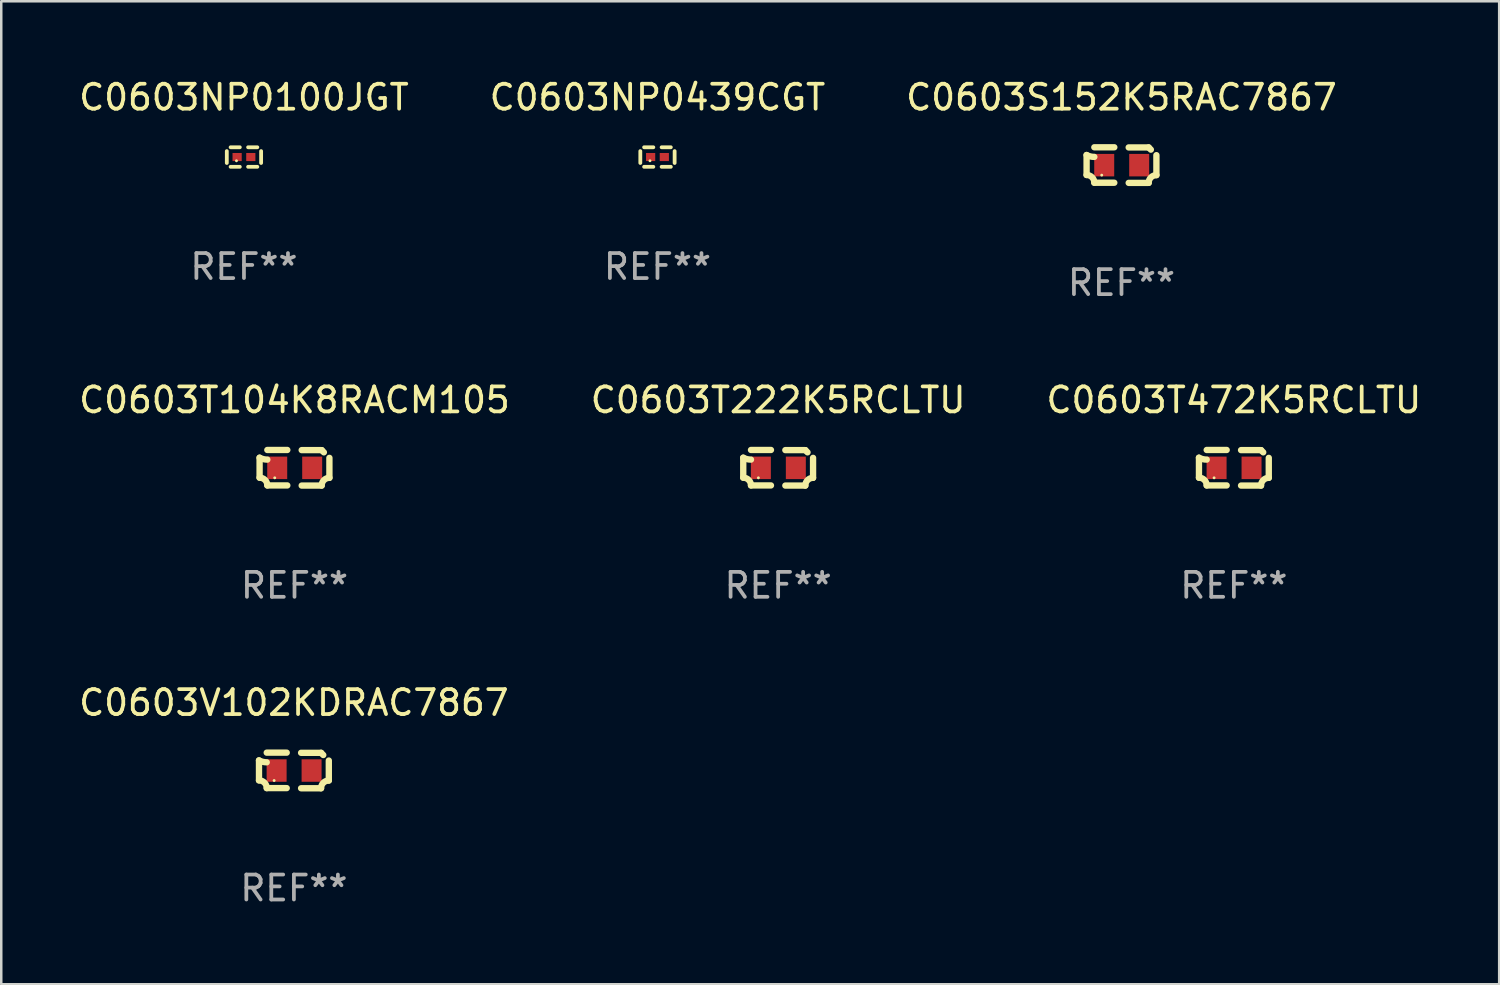
<source format=kicad_pcb>
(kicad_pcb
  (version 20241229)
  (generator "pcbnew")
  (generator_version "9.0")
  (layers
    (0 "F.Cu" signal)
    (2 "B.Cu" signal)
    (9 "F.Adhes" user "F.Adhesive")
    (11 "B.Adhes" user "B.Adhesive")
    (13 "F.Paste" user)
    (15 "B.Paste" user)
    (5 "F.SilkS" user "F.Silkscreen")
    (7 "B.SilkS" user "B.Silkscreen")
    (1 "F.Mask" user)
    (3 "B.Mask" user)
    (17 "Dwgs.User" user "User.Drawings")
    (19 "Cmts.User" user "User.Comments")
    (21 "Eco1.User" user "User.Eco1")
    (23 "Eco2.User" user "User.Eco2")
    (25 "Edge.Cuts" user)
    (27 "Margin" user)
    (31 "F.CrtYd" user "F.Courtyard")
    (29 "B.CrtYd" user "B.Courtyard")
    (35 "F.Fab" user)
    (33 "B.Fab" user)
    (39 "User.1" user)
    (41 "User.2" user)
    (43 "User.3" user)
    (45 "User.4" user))
  (footprint "C0603T222K5RCLTU"
    (layer "F.Cu")
    (at 28.113 15.683)
    (property "Reference" "C0603T222K5RCLTU" (at 0 -2.713 0) (layer "F.SilkS") (effects (font (size 1 1) (thickness 0.15))))
    (attr through_hole)
    (fp_line (start -1.398 -0.403) (end -1.398 0.397) (stroke (width 0.254) (type solid)) (layer "F.SilkS"))
    (fp_line (start -0.288 -0.713) (end -1.088 -0.713) (stroke (width 0.254) (type solid)) (layer "F.SilkS"))
    (fp_line (start -0.288 0.707) (end -1.088 0.707) (stroke (width 0.254) (type solid)) (layer "F.SilkS"))
    (fp_line (start 0.288 -0.707) (end 1.088 -0.707) (stroke (width 0.254) (type solid)) (layer "F.SilkS"))
    (fp_line (start 0.288 0.713) (end 1.088 0.713) (stroke (width 0.254) (type solid)) (layer "F.SilkS"))
    (fp_line (start 1.398 -0.397) (end 1.398 0.403) (stroke (width 0.254) (type solid)) (layer "F.SilkS"))
    (fp_arc (start -1.397789 0.397066) (mid -1.178701 0.487826) (end -1.08796 0.706922) (stroke (width 0.254001) (type solid)) (layer "F.SilkS"))
    (fp_arc (start -1.08796 -0.327176) (mid -1.247436 -0.346384) (end -1.39779 -0.402908) (stroke (width 0.254001) (type solid)) (layer "F.SilkS"))
    (fp_arc (start 1.087909 0.712738) (mid 1.178656 0.493655) (end 1.397739 0.402908) (stroke (width 0.254001) (type solid)) (layer "F.SilkS"))
    (fp_arc (start 1.175925 -0.618926) (mid 1.131917 -0.662923) (end 1.08791 -0.706922) (stroke (width 0.254001) (type solid)) (layer "F.SilkS"))
    (fp_circle (center -0.792 0.403) (end -0.762 0.403) (stroke (width 0.06) (type solid)) (fill no) (layer "F.SilkS"))
    (fp_text user "REF**" (at 0 4.713 0) (layer "F.Fab") (effects (font (size 1 1) (thickness 0.15))))
    (pad "1" smd rect (at -0.692 0.003) (size 0.8 0.9) (layers "F.Cu" "F.Mask" "F.Paste"))
    (pad "2" smd rect (at 0.708 0.003) (size 0.8 0.9) (layers "F.Cu" "F.Mask" "F.Paste")))
  (footprint "C0603NP0100JGT"
    (layer "F.Cu")
    (at 6.72 3.239)
    (property "Reference" "C0603NP0100JGT" (at 0 -2.391 0) (layer "F.SilkS") (effects (font (size 1 1) (thickness 0.15))))
    (attr through_hole)
    (fp_line (start -0.687 0.238) (end -0.687 -0.238) (stroke (width 0.152) (type solid)) (layer "F.SilkS"))
    (fp_line (start -0.535 -0.391) (end -0.166 -0.391) (stroke (width 0.152) (type solid)) (layer "F.SilkS"))
    (fp_line (start -0.166 0.391) (end -0.535 0.391) (stroke (width 0.152) (type solid)) (layer "F.SilkS"))
    (fp_line (start 0.166 0.391) (end 0.535 0.391) (stroke (width 0.152) (type solid)) (layer "F.SilkS"))
    (fp_line (start 0.535 -0.391) (end 0.166 -0.391) (stroke (width 0.152) (type solid)) (layer "F.SilkS"))
    (fp_line (start 0.687 0.238) (end 0.687 -0.238) (stroke (width 0.152) (type solid)) (layer "F.SilkS"))
    (fp_circle (center -0.3 0.15) (end -0.27 0.15) (stroke (width 0.06) (type solid)) (fill no) (layer "F.SilkS"))
    (fp_text user "REF**" (at 0 4.391 0) (layer "F.Fab") (effects (font (size 1 1) (thickness 0.15))))
    (pad "1" smd rect (at -0.274 0) (size 0.368 0.324) (layers "F.Cu" "F.Mask" "F.Paste"))
    (pad "2" smd rect (at 0.274 0) (size 0.368 0.324) (layers "F.Cu" "F.Mask" "F.Paste")))
  (footprint "C0603T472K5RCLTU"
    (layer "F.Cu")
    (at 46.363 15.683)
    (property "Reference" "C0603T472K5RCLTU" (at 0 -2.713 0) (layer "F.SilkS") (effects (font (size 1 1) (thickness 0.15))))
    (attr through_hole)
    (fp_line (start -1.398 -0.403) (end -1.398 0.397) (stroke (width 0.254) (type solid)) (layer "F.SilkS"))
    (fp_line (start -0.288 -0.713) (end -1.088 -0.713) (stroke (width 0.254) (type solid)) (layer "F.SilkS"))
    (fp_line (start -0.288 0.707) (end -1.088 0.707) (stroke (width 0.254) (type solid)) (layer "F.SilkS"))
    (fp_line (start 0.288 -0.707) (end 1.088 -0.707) (stroke (width 0.254) (type solid)) (layer "F.SilkS"))
    (fp_line (start 0.288 0.713) (end 1.088 0.713) (stroke (width 0.254) (type solid)) (layer "F.SilkS"))
    (fp_line (start 1.398 -0.397) (end 1.398 0.403) (stroke (width 0.254) (type solid)) (layer "F.SilkS"))
    (fp_arc (start -1.397789 0.397066) (mid -1.178701 0.487826) (end -1.08796 0.706922) (stroke (width 0.254001) (type solid)) (layer "F.SilkS"))
    (fp_arc (start -1.08796 -0.327176) (mid -1.247436 -0.346384) (end -1.39779 -0.402908) (stroke (width 0.254001) (type solid)) (layer "F.SilkS"))
    (fp_arc (start 1.087909 0.712738) (mid 1.178656 0.493655) (end 1.397739 0.402908) (stroke (width 0.254001) (type solid)) (layer "F.SilkS"))
    (fp_arc (start 1.175925 -0.618926) (mid 1.131917 -0.662923) (end 1.08791 -0.706922) (stroke (width 0.254001) (type solid)) (layer "F.SilkS"))
    (fp_circle (center -0.792 0.403) (end -0.762 0.403) (stroke (width 0.06) (type solid)) (fill no) (layer "F.SilkS"))
    (fp_text user "REF**" (at 0 4.713 0) (layer "F.Fab") (effects (font (size 1 1) (thickness 0.15))))
    (pad "1" smd rect (at -0.692 0.003) (size 0.8 0.9) (layers "F.Cu" "F.Mask" "F.Paste"))
    (pad "2" smd rect (at 0.708 0.003) (size 0.8 0.9) (layers "F.Cu" "F.Mask" "F.Paste")))
  (footprint "C0603NP0439CGT"
    (layer "F.Cu")
    (at 23.28 3.239)
    (property "Reference" "C0603NP0439CGT" (at 0 -2.391 0) (layer "F.SilkS") (effects (font (size 1 1) (thickness 0.15))))
    (attr through_hole)
    (fp_line (start -0.687 0.238) (end -0.687 -0.238) (stroke (width 0.152) (type solid)) (layer "F.SilkS"))
    (fp_line (start -0.535 -0.391) (end -0.166 -0.391) (stroke (width 0.152) (type solid)) (layer "F.SilkS"))
    (fp_line (start -0.166 0.391) (end -0.535 0.391) (stroke (width 0.152) (type solid)) (layer "F.SilkS"))
    (fp_line (start 0.166 0.391) (end 0.535 0.391) (stroke (width 0.152) (type solid)) (layer "F.SilkS"))
    (fp_line (start 0.535 -0.391) (end 0.166 -0.391) (stroke (width 0.152) (type solid)) (layer "F.SilkS"))
    (fp_line (start 0.687 0.238) (end 0.687 -0.238) (stroke (width 0.152) (type solid)) (layer "F.SilkS"))
    (fp_circle (center -0.3 0.15) (end -0.27 0.15) (stroke (width 0.06) (type solid)) (fill no) (layer "F.SilkS"))
    (fp_text user "REF**" (at 0 4.391 0) (layer "F.Fab") (effects (font (size 1 1) (thickness 0.15))))
    (pad "1" smd rect (at -0.274 0) (size 0.368 0.324) (layers "F.Cu" "F.Mask" "F.Paste"))
    (pad "2" smd rect (at 0.274 0) (size 0.368 0.324) (layers "F.Cu" "F.Mask" "F.Paste")))
  (footprint "C0603T104K8RACM105"
    (layer "F.Cu")
    (at 8.744 15.683)
    (property "Reference" "C0603T104K8RACM105" (at 0 -2.713 0) (layer "F.SilkS") (effects (font (size 1 1) (thickness 0.15))))
    (attr through_hole)
    (fp_line (start -1.398 -0.403) (end -1.398 0.397) (stroke (width 0.254) (type solid)) (layer "F.SilkS"))
    (fp_line (start -0.288 -0.713) (end -1.088 -0.713) (stroke (width 0.254) (type solid)) (layer "F.SilkS"))
    (fp_line (start -0.288 0.707) (end -1.088 0.707) (stroke (width 0.254) (type solid)) (layer "F.SilkS"))
    (fp_line (start 0.288 -0.707) (end 1.088 -0.707) (stroke (width 0.254) (type solid)) (layer "F.SilkS"))
    (fp_line (start 0.288 0.713) (end 1.088 0.713) (stroke (width 0.254) (type solid)) (layer "F.SilkS"))
    (fp_line (start 1.398 -0.397) (end 1.398 0.403) (stroke (width 0.254) (type solid)) (layer "F.SilkS"))
    (fp_arc (start -1.397789 0.397066) (mid -1.178701 0.487826) (end -1.08796 0.706922) (stroke (width 0.254001) (type solid)) (layer "F.SilkS"))
    (fp_arc (start -1.08796 -0.327176) (mid -1.247436 -0.346384) (end -1.39779 -0.402908) (stroke (width 0.254001) (type solid)) (layer "F.SilkS"))
    (fp_arc (start 1.087909 0.712738) (mid 1.178656 0.493655) (end 1.397739 0.402908) (stroke (width 0.254001) (type solid)) (layer "F.SilkS"))
    (fp_arc (start 1.175925 -0.618926) (mid 1.131917 -0.662923) (end 1.08791 -0.706922) (stroke (width 0.254001) (type solid)) (layer "F.SilkS"))
    (fp_circle (center -0.792 0.403) (end -0.762 0.403) (stroke (width 0.06) (type solid)) (fill no) (layer "F.SilkS"))
    (fp_text user "REF**" (at 0 4.713 0) (layer "F.Fab") (effects (font (size 1 1) (thickness 0.15))))
    (pad "1" smd rect (at -0.692 0.003) (size 0.8 0.9) (layers "F.Cu" "F.Mask" "F.Paste"))
    (pad "2" smd rect (at 0.708 0.003) (size 0.8 0.9) (layers "F.Cu" "F.Mask" "F.Paste")))
  (footprint "C0603V102KDRAC7867"
    (layer "F.Cu")
    (at 8.72 27.805)
    (property "Reference" "C0603V102KDRAC7867" (at 0 -2.713 0) (layer "F.SilkS") (effects (font (size 1 1) (thickness 0.15))))
    (attr through_hole)
    (fp_line (start -1.398 -0.403) (end -1.398 0.397) (stroke (width 0.254) (type solid)) (layer "F.SilkS"))
    (fp_line (start -0.288 -0.713) (end -1.088 -0.713) (stroke (width 0.254) (type solid)) (layer "F.SilkS"))
    (fp_line (start -0.288 0.707) (end -1.088 0.707) (stroke (width 0.254) (type solid)) (layer "F.SilkS"))
    (fp_line (start 0.288 -0.707) (end 1.088 -0.707) (stroke (width 0.254) (type solid)) (layer "F.SilkS"))
    (fp_line (start 0.288 0.713) (end 1.088 0.713) (stroke (width 0.254) (type solid)) (layer "F.SilkS"))
    (fp_line (start 1.398 -0.397) (end 1.398 0.403) (stroke (width 0.254) (type solid)) (layer "F.SilkS"))
    (fp_arc (start -1.397789 0.397066) (mid -1.178701 0.487826) (end -1.08796 0.706922) (stroke (width 0.254001) (type solid)) (layer "F.SilkS"))
    (fp_arc (start -1.08796 -0.327176) (mid -1.247436 -0.346384) (end -1.39779 -0.402908) (stroke (width 0.254001) (type solid)) (layer "F.SilkS"))
    (fp_arc (start 1.087909 0.712738) (mid 1.178656 0.493655) (end 1.397739 0.402908) (stroke (width 0.254001) (type solid)) (layer "F.SilkS"))
    (fp_arc (start 1.175925 -0.618926) (mid 1.131917 -0.662923) (end 1.08791 -0.706922) (stroke (width 0.254001) (type solid)) (layer "F.SilkS"))
    (fp_circle (center -0.792 0.403) (end -0.762 0.403) (stroke (width 0.06) (type solid)) (fill no) (layer "F.SilkS"))
    (fp_text user "REF**" (at 0 4.713 0) (layer "F.Fab") (effects (font (size 1 1) (thickness 0.15))))
    (pad "1" smd rect (at -0.692 0.003) (size 0.8 0.9) (layers "F.Cu" "F.Mask" "F.Paste"))
    (pad "2" smd rect (at 0.708 0.003) (size 0.8 0.9) (layers "F.Cu" "F.Mask" "F.Paste")))
  (footprint "C0603S152K5RAC7867"
    (layer "F.Cu")
    (at 41.863 3.561)
    (property "Reference" "C0603S152K5RAC7867" (at 0 -2.713 0) (layer "F.SilkS") (effects (font (size 1 1) (thickness 0.15))))
    (attr through_hole)
    (fp_line (start -1.398 -0.403) (end -1.398 0.397) (stroke (width 0.254) (type solid)) (layer "F.SilkS"))
    (fp_line (start -0.288 -0.713) (end -1.088 -0.713) (stroke (width 0.254) (type solid)) (layer "F.SilkS"))
    (fp_line (start -0.288 0.707) (end -1.088 0.707) (stroke (width 0.254) (type solid)) (layer "F.SilkS"))
    (fp_line (start 0.288 -0.707) (end 1.088 -0.707) (stroke (width 0.254) (type solid)) (layer "F.SilkS"))
    (fp_line (start 0.288 0.713) (end 1.088 0.713) (stroke (width 0.254) (type solid)) (layer "F.SilkS"))
    (fp_line (start 1.398 -0.397) (end 1.398 0.403) (stroke (width 0.254) (type solid)) (layer "F.SilkS"))
    (fp_arc (start -1.397789 0.397066) (mid -1.178701 0.487826) (end -1.08796 0.706922) (stroke (width 0.254001) (type solid)) (layer "F.SilkS"))
    (fp_arc (start -1.08796 -0.327176) (mid -1.247436 -0.346384) (end -1.39779 -0.402908) (stroke (width 0.254001) (type solid)) (layer "F.SilkS"))
    (fp_arc (start 1.087909 0.712738) (mid 1.178656 0.493655) (end 1.397739 0.402908) (stroke (width 0.254001) (type solid)) (layer "F.SilkS"))
    (fp_arc (start 1.175925 -0.618926) (mid 1.131917 -0.662923) (end 1.08791 -0.706922) (stroke (width 0.254001) (type solid)) (layer "F.SilkS"))
    (fp_circle (center -0.792 0.403) (end -0.762 0.403) (stroke (width 0.06) (type solid)) (fill no) (layer "F.SilkS"))
    (fp_text user "REF**" (at 0 4.713 0) (layer "F.Fab") (effects (font (size 1 1) (thickness 0.15))))
    (pad "1" smd rect (at -0.692 0.003) (size 0.8 0.9) (layers "F.Cu" "F.Mask" "F.Paste"))
    (pad "2" smd rect (at 0.708 0.003) (size 0.8 0.9) (layers "F.Cu" "F.Mask" "F.Paste")))
  (gr_rect
    (start -3 -3)
    (end 56.988 36.366)
    (stroke (width 0.1) (type default))
    (fill no)
    (layer "Edge.Cuts")))
</source>
